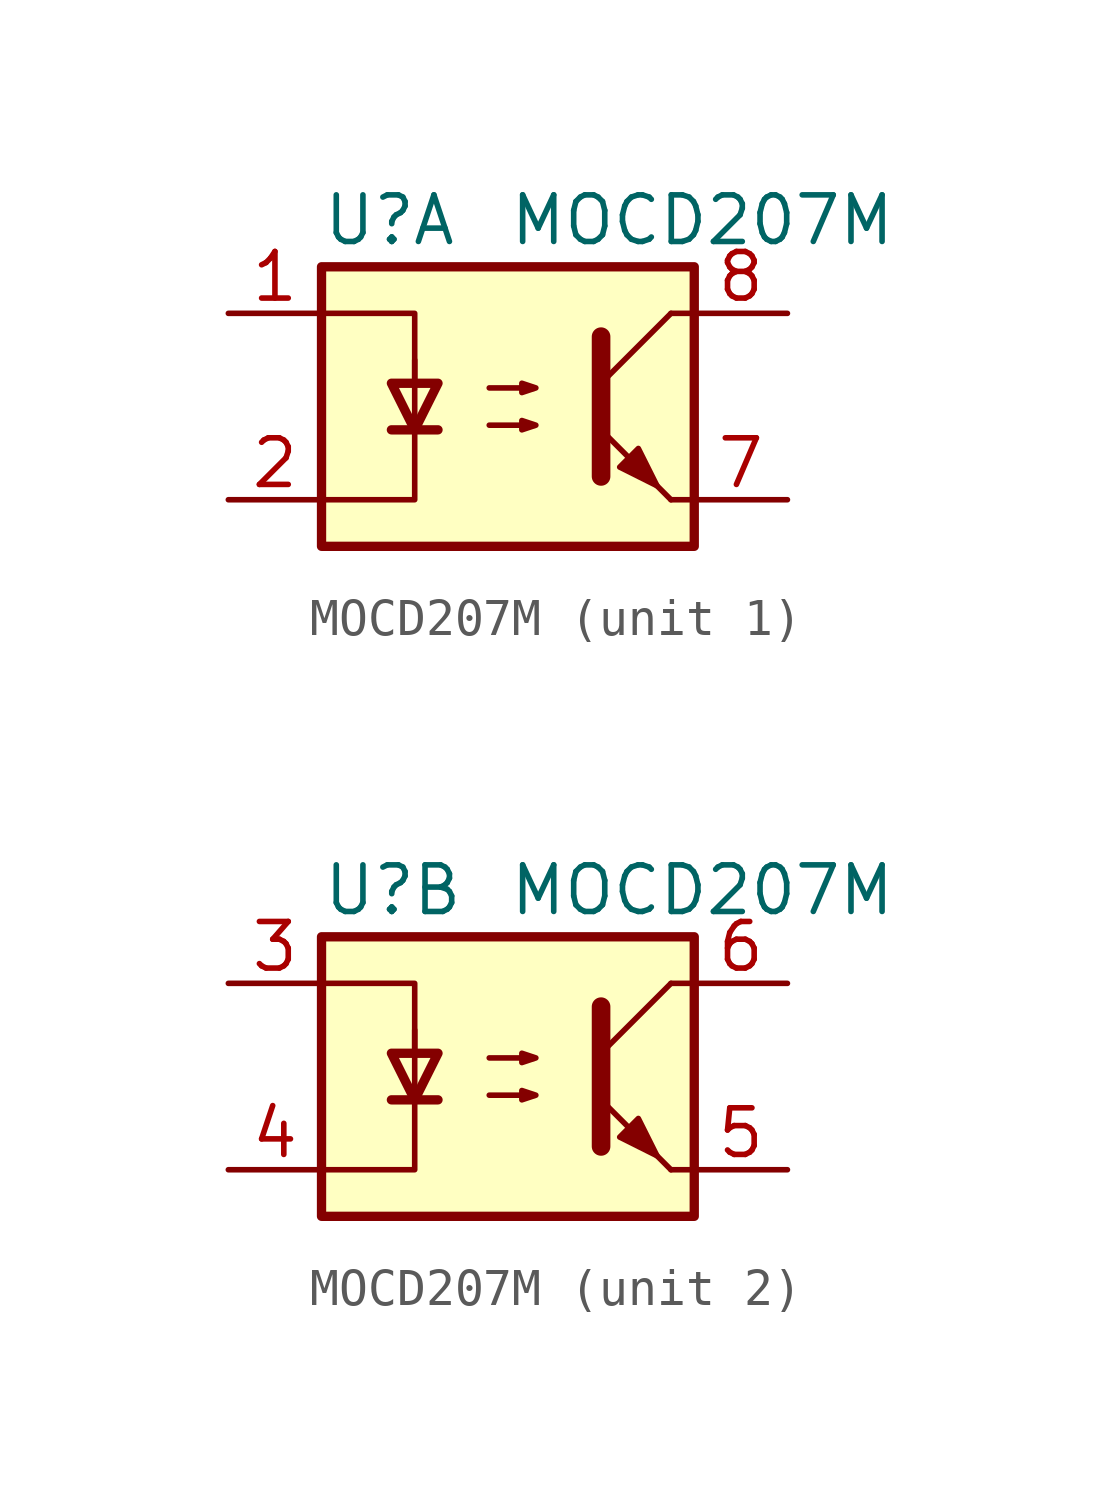
<source format=kicad_sym>
(kicad_symbol_lib
  (version 20241209)
  (generator "kicad_symbol_editor")
  (generator_version "9.0")
  (symbol "MOCD207M"
    (pin_names
      (offset 1.016))
    (property "Reference" "U"
      (at -5.08 5.08 0)
      (effects (font (size 1.27 1.27)) (justify left)))
    (property "Value" "MOCD207M"
      (at 0 5.08 0)
      (effects (font (size 1.27 1.27)) (justify left)))
    (symbol "MOCD207M_0_1"
      (rectangle (start -5.08 3.81) (end 5.08 -3.81) (stroke (width 0.254) (type default)) (fill (type background)))
      (polyline (pts (xy -5.08 2.54) (xy -2.54 2.54) (xy -2.54 0.635)) (stroke (width 0) (type default)) (fill (type none)))
      (polyline (pts (xy -3.175 -0.635) (xy -1.905 -0.635)) (stroke (width 0.254) (type default)) (fill (type none)))
      (polyline (pts (xy -2.54 -0.635) (xy -3.175 0.635) (xy -1.905 0.635) (xy -2.54 -0.635)) (stroke (width 0.254) (type default)) (fill (type none)))
      (polyline (pts (xy -2.54 -0.635) (xy -2.54 1.27) (xy -2.54 -2.54) (xy -5.08 -2.54)) (stroke (width 0) (type default)) (fill (type none)))
      (polyline (pts (xy -0.508 0.508) (xy 0.762 0.508) (xy 0.381 0.381) (xy 0.381 0.635) (xy 0.762 0.508)) (stroke (width 0) (type default)) (fill (type none)))
      (polyline (pts (xy -0.508 -0.508) (xy 0.762 -0.508) (xy 0.381 -0.635) (xy 0.381 -0.381) (xy 0.762 -0.508)) (stroke (width 0) (type default)) (fill (type none)))
      (polyline (pts (xy 2.54 1.905) (xy 2.54 -1.905) (xy 2.54 -1.905)) (stroke (width 0.508) (type default)) (fill (type none)))
      (polyline (pts (xy 2.54 0.635) (xy 4.445 2.54)) (stroke (width 0) (type default)) (fill (type none)))
      (polyline (pts (xy 3.048 -1.651) (xy 3.556 -1.143) (xy 4.064 -2.159) (xy 3.048 -1.651) (xy 3.048 -1.651)) (stroke (width 0) (type default)) (fill (type outline)))
      (polyline (pts (xy 4.445 2.54) (xy 5.08 2.54)) (stroke (width 0) (type default)) (fill (type none)))
      (polyline (pts (xy 4.445 -2.54) (xy 2.54 -0.635)) (stroke (width 0) (type default)) (fill (type outline)))
      (polyline (pts (xy 4.445 -2.54) (xy 5.08 -2.54)) (stroke (width 0) (type default)) (fill (type none))))
    (symbol "MOCD207M_1_1"
      (pin passive line (at -7.62 2.54 0) (length 2.54) (name "~" (effects (font (size 1.27 1.27)))) (number "1" (effects (font (size 1.27 1.27)))))
      (pin passive line (at -7.62 -2.54 0) (length 2.54) (name "~" (effects (font (size 1.27 1.27)))) (number "2" (effects (font (size 1.27 1.27)))))
      (pin passive line (at 7.62 2.54 180) (length 2.54) (name "~" (effects (font (size 1.27 1.27)))) (number "8" (effects (font (size 1.27 1.27)))))
      (pin passive line (at 7.62 -2.54 180) (length 2.54) (name "~" (effects (font (size 1.27 1.27)))) (number "7" (effects (font (size 1.27 1.27))))))
    (symbol "MOCD207M_2_1"
      (pin passive line (at -7.62 2.54 0) (length 2.54) (name "~" (effects (font (size 1.27 1.27)))) (number "3" (effects (font (size 1.27 1.27)))))
      (pin passive line (at -7.62 -2.54 0) (length 2.54) (name "~" (effects (font (size 1.27 1.27)))) (number "4" (effects (font (size 1.27 1.27)))))
      (pin passive line (at 7.62 2.54 180) (length 2.54) (name "~" (effects (font (size 1.27 1.27)))) (number "6" (effects (font (size 1.27 1.27)))))
      (pin passive line (at 7.62 -2.54 180) (length 2.54) (name "~" (effects (font (size 1.27 1.27)))) (number "5" (effects (font (size 1.27 1.27))))))))
</source>
